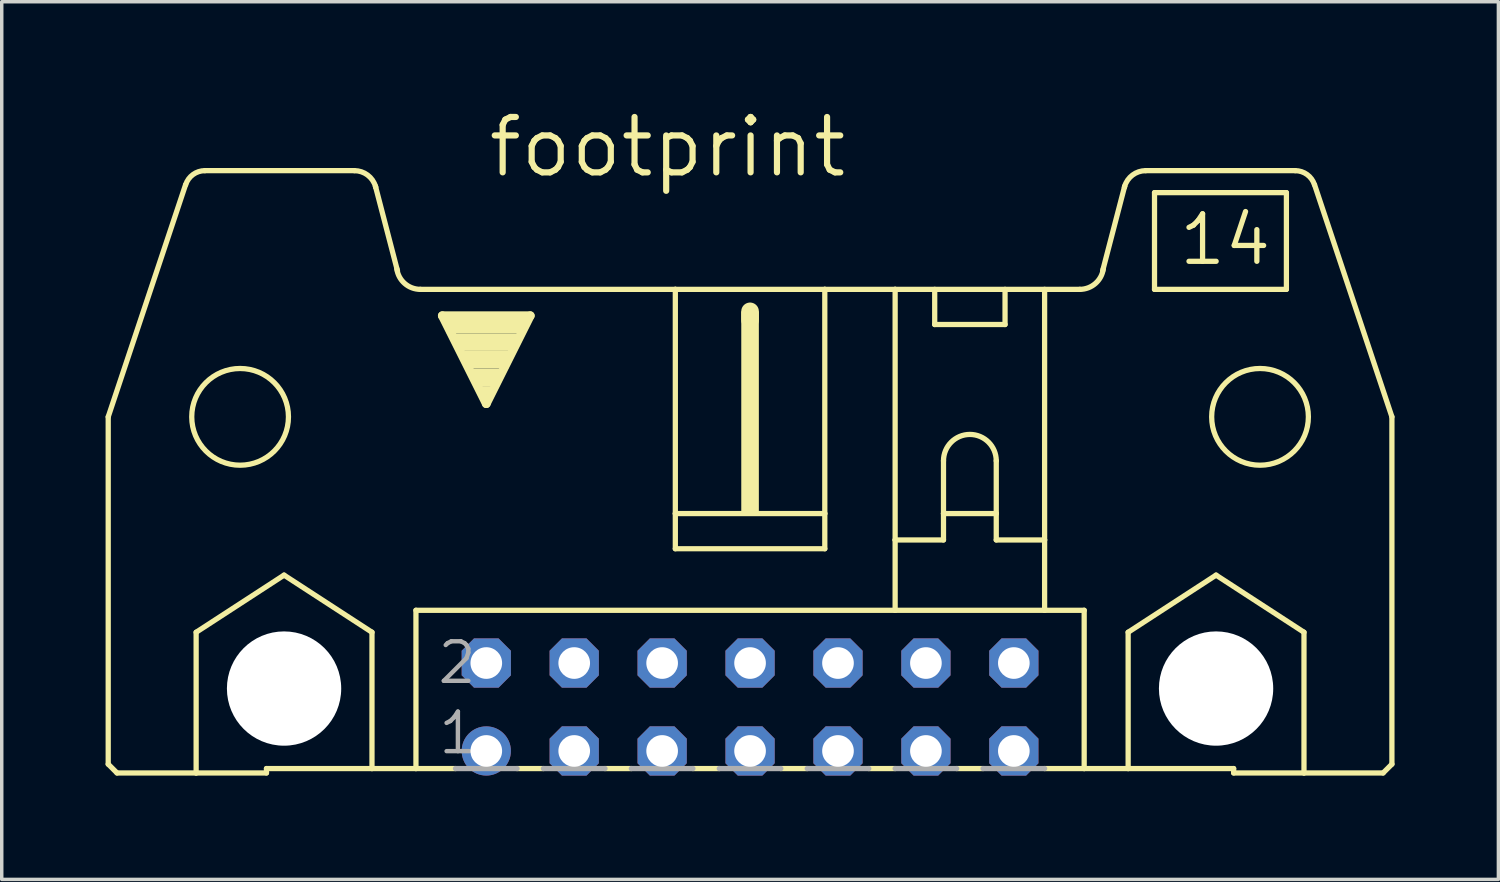
<source format=kicad_pcb>
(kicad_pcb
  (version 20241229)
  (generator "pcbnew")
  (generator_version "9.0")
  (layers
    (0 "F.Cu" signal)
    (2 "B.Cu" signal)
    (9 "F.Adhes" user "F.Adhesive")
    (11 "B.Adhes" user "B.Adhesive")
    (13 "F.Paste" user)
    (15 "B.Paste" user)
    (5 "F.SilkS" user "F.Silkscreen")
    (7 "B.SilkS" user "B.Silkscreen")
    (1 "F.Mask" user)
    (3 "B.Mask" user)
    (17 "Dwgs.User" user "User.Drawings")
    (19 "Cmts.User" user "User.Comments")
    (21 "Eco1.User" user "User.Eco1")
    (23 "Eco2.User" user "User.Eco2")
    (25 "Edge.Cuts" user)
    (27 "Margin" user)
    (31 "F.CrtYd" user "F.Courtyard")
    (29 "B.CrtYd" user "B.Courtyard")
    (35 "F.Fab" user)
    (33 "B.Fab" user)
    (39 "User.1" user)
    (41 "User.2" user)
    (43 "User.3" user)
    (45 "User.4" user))
  (footprint "footprint"
    (layer "F.Cu")
    (at 18.618 17.374)
    (property "Reference" "footprint" (at -7.645 -15.24 0) (layer "F.SilkS") (effects (font (size 1.6 1.6) (thickness 0.178)) (justify left bottom)))
    (fp_line (start -18.542 1.651) (end -18.542 -8.382) (stroke (width 0.152) (type solid)) (layer "F.SilkS"))
    (fp_line (start -18.542 1.651) (end -18.288 1.905) (stroke (width 0.152) (type solid)) (layer "F.SilkS"))
    (fp_line (start -18.288 1.905) (end -16.002 1.905) (stroke (width 0.152) (type solid)) (layer "F.SilkS"))
    (fp_line (start -16.307 -15.088) (end -18.542 -8.382) (stroke (width 0.152) (type solid)) (layer "F.SilkS"))
    (fp_line (start -16.002 -2.159) (end -13.462 -3.81) (stroke (width 0.152) (type solid)) (layer "F.SilkS"))
    (fp_line (start -16.002 1.905) (end -16.002 -2.159) (stroke (width 0.152) (type solid)) (layer "F.SilkS"))
    (fp_line (start -16.002 1.905) (end -13.97 1.905) (stroke (width 0.152) (type solid)) (layer "F.SilkS"))
    (fp_line (start -13.97 1.778) (end -13.97 1.905) (stroke (width 0.152) (type solid)) (layer "F.SilkS"))
    (fp_line (start -13.97 1.778) (end -10.922 1.778) (stroke (width 0.152) (type solid)) (layer "F.SilkS"))
    (fp_line (start -13.462 -3.81) (end -10.922 -2.159) (stroke (width 0.152) (type solid)) (layer "F.SilkS"))
    (fp_line (start -11.43 -15.494) (end -15.748 -15.494) (stroke (width 0.152) (type solid)) (layer "F.SilkS"))
    (fp_line (start -10.922 1.778) (end -10.922 -2.159) (stroke (width 0.152) (type solid)) (layer "F.SilkS"))
    (fp_line (start -10.922 1.778) (end -9.652 1.778) (stroke (width 0.152) (type solid)) (layer "F.SilkS"))
    (fp_line (start -10.185 -12.598) (end -10.82 -15.037) (stroke (width 0.152) (type solid)) (layer "F.SilkS"))
    (fp_line (start -9.652 -2.794) (end -9.652 1.778) (stroke (width 0.152) (type solid)) (layer "F.SilkS"))
    (fp_line (start -9.652 1.778) (end -8.509 1.778) (stroke (width 0.152) (type solid)) (layer "F.SilkS"))
    (fp_line (start -9.525 -12.065) (end -2.159 -12.065) (stroke (width 0.152) (type solid)) (layer "F.SilkS"))
    (fp_line (start -8.89 -11.303) (end -6.35 -11.303) (stroke (width 0.254) (type solid)) (layer "F.SilkS"))
    (fp_line (start -7.62 -8.763) (end -8.89 -11.303) (stroke (width 0.254) (type solid)) (layer "F.SilkS"))
    (fp_line (start -6.731 1.778) (end -5.969 1.778) (stroke (width 0.152) (type solid)) (layer "F.SilkS"))
    (fp_line (start -6.35 -11.303) (end -7.62 -8.763) (stroke (width 0.254) (type solid)) (layer "F.SilkS"))
    (fp_line (start -4.191 1.778) (end -3.429 1.778) (stroke (width 0.152) (type solid)) (layer "F.SilkS"))
    (fp_line (start -2.159 -12.065) (end -2.159 -5.588) (stroke (width 0.152) (type solid)) (layer "F.SilkS"))
    (fp_line (start -2.159 -12.065) (end 2.159 -12.065) (stroke (width 0.152) (type solid)) (layer "F.SilkS"))
    (fp_line (start -2.159 -5.588) (end -2.159 -4.572) (stroke (width 0.152) (type solid)) (layer "F.SilkS"))
    (fp_line (start -1.651 1.778) (end -0.889 1.778) (stroke (width 0.152) (type solid)) (layer "F.SilkS"))
    (fp_line (start 0 -11.176) (end 0 -11.43) (stroke (width 0.508) (type solid)) (layer "F.SilkS"))
    (fp_line (start 0.889 1.778) (end 1.651 1.778) (stroke (width 0.152) (type solid)) (layer "F.SilkS"))
    (fp_line (start 2.159 -12.065) (end 2.159 -5.588) (stroke (width 0.152) (type solid)) (layer "F.SilkS"))
    (fp_line (start 2.159 -12.065) (end 4.191 -12.065) (stroke (width 0.152) (type solid)) (layer "F.SilkS"))
    (fp_line (start 2.159 -5.588) (end -2.159 -5.588) (stroke (width 0.152) (type solid)) (layer "F.SilkS"))
    (fp_line (start 2.159 -5.588) (end 2.159 -4.572) (stroke (width 0.152) (type solid)) (layer "F.SilkS"))
    (fp_line (start 2.159 -4.572) (end -2.159 -4.572) (stroke (width 0.152) (type solid)) (layer "F.SilkS"))
    (fp_line (start 3.429 1.778) (end 4.191 1.778) (stroke (width 0.152) (type solid)) (layer "F.SilkS"))
    (fp_line (start 4.191 -12.065) (end 9.525 -12.065) (stroke (width 0.152) (type solid)) (layer "F.SilkS"))
    (fp_line (start 4.191 -4.826) (end 4.191 -12.065) (stroke (width 0.152) (type solid)) (layer "F.SilkS"))
    (fp_line (start 4.191 -4.826) (end 4.191 -2.794) (stroke (width 0.152) (type solid)) (layer "F.SilkS"))
    (fp_line (start 4.191 -4.826) (end 5.588 -4.826) (stroke (width 0.152) (type solid)) (layer "F.SilkS"))
    (fp_line (start 4.191 -2.794) (end -9.652 -2.794) (stroke (width 0.152) (type solid)) (layer "F.SilkS"))
    (fp_line (start 5.334 -11.049) (end 5.334 -12.065) (stroke (width 0.152) (type solid)) (layer "F.SilkS"))
    (fp_line (start 5.334 -11.049) (end 7.366 -11.049) (stroke (width 0.152) (type solid)) (layer "F.SilkS"))
    (fp_line (start 5.588 -7.112) (end 5.588 -5.588) (stroke (width 0.152) (type solid)) (layer "F.SilkS"))
    (fp_line (start 5.588 -5.588) (end 5.588 -4.826) (stroke (width 0.152) (type solid)) (layer "F.SilkS"))
    (fp_line (start 5.588 -5.588) (end 7.112 -5.588) (stroke (width 0.152) (type solid)) (layer "F.SilkS"))
    (fp_line (start 5.969 1.778) (end 6.731 1.778) (stroke (width 0.152) (type solid)) (layer "F.SilkS"))
    (fp_line (start 7.112 -7.112) (end 7.112 -5.588) (stroke (width 0.152) (type solid)) (layer "F.SilkS"))
    (fp_line (start 7.112 -5.588) (end 7.112 -4.826) (stroke (width 0.152) (type solid)) (layer "F.SilkS"))
    (fp_line (start 7.112 -4.826) (end 8.509 -4.826) (stroke (width 0.152) (type solid)) (layer "F.SilkS"))
    (fp_line (start 7.366 -12.065) (end 7.366 -11.049) (stroke (width 0.152) (type solid)) (layer "F.SilkS"))
    (fp_line (start 8.509 -4.826) (end 8.509 -12.065) (stroke (width 0.152) (type solid)) (layer "F.SilkS"))
    (fp_line (start 8.509 -4.826) (end 8.509 -2.794) (stroke (width 0.152) (type solid)) (layer "F.SilkS"))
    (fp_line (start 8.509 -2.794) (end 4.191 -2.794) (stroke (width 0.152) (type solid)) (layer "F.SilkS"))
    (fp_line (start 9.652 -2.794) (end 8.509 -2.794) (stroke (width 0.152) (type solid)) (layer "F.SilkS"))
    (fp_line (start 9.652 -2.794) (end 9.652 1.778) (stroke (width 0.152) (type solid)) (layer "F.SilkS"))
    (fp_line (start 9.652 1.778) (end 8.509 1.778) (stroke (width 0.152) (type solid)) (layer "F.SilkS"))
    (fp_line (start 10.185 -12.598) (end 10.82 -15.037) (stroke (width 0.152) (type solid)) (layer "F.SilkS"))
    (fp_line (start 10.922 -2.159) (end 13.462 -3.81) (stroke (width 0.152) (type solid)) (layer "F.SilkS"))
    (fp_line (start 10.922 1.778) (end 9.652 1.778) (stroke (width 0.152) (type solid)) (layer "F.SilkS"))
    (fp_line (start 10.922 1.778) (end 10.922 -2.159) (stroke (width 0.152) (type solid)) (layer "F.SilkS"))
    (fp_line (start 11.43 -15.494) (end 15.748 -15.494) (stroke (width 0.152) (type solid)) (layer "F.SilkS"))
    (fp_line (start 11.684 -14.859) (end 11.684 -12.065) (stroke (width 0.152) (type solid)) (layer "F.SilkS"))
    (fp_line (start 11.684 -12.065) (end 15.494 -12.065) (stroke (width 0.152) (type solid)) (layer "F.SilkS"))
    (fp_line (start 13.462 -3.81) (end 16.002 -2.159) (stroke (width 0.152) (type solid)) (layer "F.SilkS"))
    (fp_line (start 13.97 1.778) (end 10.922 1.778) (stroke (width 0.152) (type solid)) (layer "F.SilkS"))
    (fp_line (start 13.97 1.778) (end 13.97 1.905) (stroke (width 0.152) (type solid)) (layer "F.SilkS"))
    (fp_line (start 15.494 -14.859) (end 11.684 -14.859) (stroke (width 0.152) (type solid)) (layer "F.SilkS"))
    (fp_line (start 15.494 -14.859) (end 15.494 -12.065) (stroke (width 0.152) (type solid)) (layer "F.SilkS"))
    (fp_line (start 16.002 1.905) (end 13.97 1.905) (stroke (width 0.152) (type solid)) (layer "F.SilkS"))
    (fp_line (start 16.002 1.905) (end 16.002 -2.159) (stroke (width 0.152) (type solid)) (layer "F.SilkS"))
    (fp_line (start 16.307 -15.088) (end 18.542 -8.382) (stroke (width 0.152) (type solid)) (layer "F.SilkS"))
    (fp_line (start 18.288 1.905) (end 16.002 1.905) (stroke (width 0.152) (type solid)) (layer "F.SilkS"))
    (fp_line (start 18.542 1.651) (end 18.288 1.905) (stroke (width 0.152) (type solid)) (layer "F.SilkS"))
    (fp_line (start 18.542 1.651) (end 18.542 -8.382) (stroke (width 0.152) (type solid)) (layer "F.SilkS"))
    (fp_arc (start -16.3044 -15.0878) (mid -16.092453 -15.38168) (end -15.747999 -15.494101) (stroke (width 0.1524) (type solid)) (layer "F.SilkS"))
    (fp_arc (start -11.43 -15.494) (mid -11.048999 -15.367) (end -10.820399 -15.036799) (stroke (width 0.1524) (type solid)) (layer "F.SilkS"))
    (fp_arc (start -10.8204 -15.0368) (mid -10.817084 -15.024931) (end -10.814 -15.013) (stroke (width 0.1524) (type solid)) (layer "F.SilkS"))
    (fp_arc (start -9.524999 -12.064999) (mid -9.976774 -12.234823) (end -10.2048 -12.6602) (stroke (width 0.1524) (type solid)) (layer "F.SilkS"))
    (fp_arc (start 5.588 -7.112) (mid 6.35 -7.874) (end 7.112 -7.112) (stroke (width 0.1524) (type solid)) (layer "F.SilkS"))
    (fp_arc (start 10.204799 -12.660201) (mid 9.976774 -12.234825) (end 9.525 -12.065) (stroke (width 0.1524) (type solid)) (layer "F.SilkS"))
    (fp_arc (start 10.814 -15.013) (mid 10.817084 -15.024931) (end 10.8204 -15.0368) (stroke (width 0.1524) (type solid)) (layer "F.SilkS"))
    (fp_arc (start 10.8204 -15.0368) (mid 11.049001 -15.367) (end 11.430001 -15.493999) (stroke (width 0.1524) (type solid)) (layer "F.SilkS"))
    (fp_arc (start 15.748 -15.494) (mid 16.092385 -15.381609) (end 16.3043 -15.087799) (stroke (width 0.1524) (type solid)) (layer "F.SilkS"))
    (fp_circle (center -14.732 -8.382) (end -13.335 -8.382) (stroke (width 0.152) (type solid)) (fill no) (layer "F.SilkS"))
    (fp_circle (center -13.462 -0.533) (end -12.141 -0.533) (stroke (width 0.152) (type solid)) (fill no) (layer "F.SilkS"))
    (fp_circle (center 13.462 -0.533) (end 14.783 -0.533) (stroke (width 0.152) (type solid)) (fill no) (layer "F.SilkS"))
    (fp_circle (center 14.732 -8.382) (end 16.129 -8.382) (stroke (width 0.152) (type solid)) (fill no) (layer "F.SilkS"))
    (fp_poly (pts (xy -8.763 -10.795) (xy -6.477 -10.795) (xy -6.477 -11.303) (xy -8.763 -11.303)) (stroke (width 0) (type solid)) (fill yes) (layer "F.SilkS"))
    (fp_poly (pts (xy -8.509 -10.287) (xy -6.731 -10.287) (xy -6.731 -10.795) (xy -8.509 -10.795)) (stroke (width 0) (type solid)) (fill yes) (layer "F.SilkS"))
    (fp_poly (pts (xy -8.255 -9.779) (xy -6.985 -9.779) (xy -6.985 -10.287) (xy -8.255 -10.287)) (stroke (width 0) (type solid)) (fill yes) (layer "F.SilkS"))
    (fp_poly (pts (xy -8.001 -9.271) (xy -7.239 -9.271) (xy -7.239 -9.779) (xy -8.001 -9.779)) (stroke (width 0) (type solid)) (fill yes) (layer "F.SilkS"))
    (fp_poly (pts (xy -7.747 -9.017) (xy -7.493 -9.017) (xy -7.493 -9.271) (xy -7.747 -9.271)) (stroke (width 0) (type solid)) (fill yes) (layer "F.SilkS"))
    (fp_poly (pts (xy -0.254 -5.588) (xy 0.254 -5.588) (xy 0.254 -11.43) (xy -0.254 -11.43)) (stroke (width 0) (type solid)) (fill yes) (layer "F.SilkS"))
    (fp_line (start -8.509 1.778) (end -6.731 1.778) (stroke (width 0.152) (type solid)) (layer "F.Fab"))
    (fp_line (start -5.969 1.778) (end -4.191 1.778) (stroke (width 0.152) (type solid)) (layer "F.Fab"))
    (fp_line (start -3.429 1.778) (end -1.651 1.778) (stroke (width 0.152) (type solid)) (layer "F.Fab"))
    (fp_line (start -0.889 1.778) (end 0.889 1.778) (stroke (width 0.152) (type solid)) (layer "F.Fab"))
    (fp_line (start 3.429 1.778) (end 1.651 1.778) (stroke (width 0.152) (type solid)) (layer "F.Fab"))
    (fp_line (start 5.969 1.778) (end 4.191 1.778) (stroke (width 0.152) (type solid)) (layer "F.Fab"))
    (fp_line (start 8.509 1.778) (end 6.731 1.778) (stroke (width 0.152) (type solid)) (layer "F.Fab"))
    (fp_text user "14" (at 12.319 -12.7 0) (layer "F.SilkS") (effects (font (size 1.372 1.372) (thickness 0.152)) (justify left bottom)))
    (fp_text user "1" (at -9.068 1.422 0) (layer "F.Fab") (effects (font (size 1.143 1.143) (thickness 0.127)) (justify left bottom)))
    (fp_text user "2" (at -9.093 -0.61 0) (layer "F.Fab") (effects (font (size 1.143 1.143) (thickness 0.127)) (justify left bottom)))
    (pad "" np_thru_hole circle (at -13.462 -0.533) (size 3.302 3.302) (drill 3.302) (layers "*.Cu" "*.Mask"))
    (pad "" np_thru_hole circle (at 13.462 -0.533) (size 3.302 3.302) (drill 3.302) (layers "*.Cu" "*.Mask"))
    (pad "1" thru_hole circle (at -7.62 1.27) (size 1.422 1.422) (drill 0.914) (layers "*.Cu" "*.Mask"))
    (pad "2" thru_hole roundrect (at -7.62 -1.27) (size 1.422 1.422) (drill 0.914) (layers "*.Cu" "*.Mask") (roundrect_rratio 0.25) (chamfer_ratio 0.25) (chamfer top_left top_right bottom_left bottom_right))
    (pad "3" thru_hole roundrect (at -5.08 1.27) (size 1.422 1.422) (drill 0.914) (layers "*.Cu" "*.Mask") (roundrect_rratio 0.25) (chamfer_ratio 0.25) (chamfer top_left top_right bottom_left bottom_right))
    (pad "4" thru_hole roundrect (at -5.08 -1.27) (size 1.422 1.422) (drill 0.914) (layers "*.Cu" "*.Mask") (roundrect_rratio 0.25) (chamfer_ratio 0.25) (chamfer top_left top_right bottom_left bottom_right))
    (pad "5" thru_hole roundrect (at -2.54 1.27) (size 1.422 1.422) (drill 0.914) (layers "*.Cu" "*.Mask") (roundrect_rratio 0.25) (chamfer_ratio 0.25) (chamfer top_left top_right bottom_left bottom_right))
    (pad "6" thru_hole roundrect (at -2.54 -1.27) (size 1.422 1.422) (drill 0.914) (layers "*.Cu" "*.Mask") (roundrect_rratio 0.25) (chamfer_ratio 0.25) (chamfer top_left top_right bottom_left bottom_right))
    (pad "7" thru_hole roundrect (at 0 1.27) (size 1.422 1.422) (drill 0.914) (layers "*.Cu" "*.Mask") (roundrect_rratio 0.25) (chamfer_ratio 0.25) (chamfer top_left top_right bottom_left bottom_right))
    (pad "8" thru_hole roundrect (at 0 -1.27) (size 1.422 1.422) (drill 0.914) (layers "*.Cu" "*.Mask") (roundrect_rratio 0.25) (chamfer_ratio 0.25) (chamfer top_left top_right bottom_left bottom_right))
    (pad "9" thru_hole roundrect (at 2.54 1.27) (size 1.422 1.422) (drill 0.914) (layers "*.Cu" "*.Mask") (roundrect_rratio 0.25) (chamfer_ratio 0.25) (chamfer top_left top_right bottom_left bottom_right))
    (pad "10" thru_hole roundrect (at 2.54 -1.27) (size 1.422 1.422) (drill 0.914) (layers "*.Cu" "*.Mask") (roundrect_rratio 0.25) (chamfer_ratio 0.25) (chamfer top_left top_right bottom_left bottom_right))
    (pad "11" thru_hole roundrect (at 5.08 1.27) (size 1.422 1.422) (drill 0.914) (layers "*.Cu" "*.Mask") (roundrect_rratio 0.25) (chamfer_ratio 0.25) (chamfer top_left top_right bottom_left bottom_right))
    (pad "12" thru_hole roundrect (at 5.08 -1.27) (size 1.422 1.422) (drill 0.914) (layers "*.Cu" "*.Mask") (roundrect_rratio 0.25) (chamfer_ratio 0.25) (chamfer top_left top_right bottom_left bottom_right))
    (pad "13" thru_hole roundrect (at 7.62 1.27) (size 1.422 1.422) (drill 0.914) (layers "*.Cu" "*.Mask") (roundrect_rratio 0.25) (chamfer_ratio 0.25) (chamfer top_left top_right bottom_left bottom_right))
    (pad "14" thru_hole roundrect (at 7.62 -1.27) (size 1.422 1.422) (drill 0.914) (layers "*.Cu" "*.Mask") (roundrect_rratio 0.25) (chamfer_ratio 0.25) (chamfer top_left top_right bottom_left bottom_right))
    (zone (net_name "") (layers "F.Cu" "B.Cu") (hatch edge 0.508) (connect_pads) (min_thickness 0.254) (filled_areas_thickness no) (keepout (tracks allowed) (vias not_allowed) (pads allowed) (copperpour allowed) (footprints allowed)) (placement (enabled no)) (fill) (polygon (pts (xy 7.442 16.84) (xy 7.407 16.443) (xy 7.304 16.058) (xy 7.136 15.697) (xy 6.907 15.371) (xy 6.626 15.089) (xy 6.299 14.86) (xy 5.938 14.692) (xy 5.553 14.589) (xy 5.156 14.554) (xy 4.759 14.589) (xy 4.374 14.692) (xy 4.013 14.86) (xy 3.687 15.089) (xy 3.405 15.371) (xy 3.176 15.697) (xy 3.008 16.058) (xy 2.905 16.443) (xy 2.87 16.84) (xy 2.905 17.237) (xy 3.008 17.622) (xy 3.176 17.983) (xy 3.405 18.31) (xy 3.687 18.591) (xy 4.013 18.82) (xy 4.374 18.988) (xy 4.759 19.091) (xy 5.156 19.126) (xy 5.553 19.091) (xy 5.938 18.988) (xy 6.299 18.82) (xy 6.626 18.591) (xy 6.907 18.31) (xy 7.136 17.983) (xy 7.304 17.622) (xy 7.407 17.237))))
    (zone (net_name "") (layers "F.Cu" "B.Cu") (hatch edge 0.508) (connect_pads) (min_thickness 0.254) (filled_areas_thickness no) (keepout (tracks allowed) (vias not_allowed) (pads allowed) (copperpour allowed) (footprints allowed)) (placement (enabled no)) (fill) (polygon (pts (xy 34.366 16.84) (xy 34.331 16.443) (xy 34.228 16.058) (xy 34.06 15.697) (xy 33.831 15.371) (xy 33.55 15.089) (xy 33.223 14.86) (xy 32.862 14.692) (xy 32.477 14.589) (xy 32.08 14.554) (xy 31.683 14.589) (xy 31.298 14.692) (xy 30.937 14.86) (xy 30.611 15.089) (xy 30.329 15.371) (xy 30.1 15.697) (xy 29.932 16.058) (xy 29.829 16.443) (xy 29.794 16.84) (xy 29.829 17.237) (xy 29.932 17.622) (xy 30.1 17.983) (xy 30.329 18.31) (xy 30.611 18.591) (xy 30.937 18.82) (xy 31.298 18.988) (xy 31.683 19.091) (xy 32.08 19.126) (xy 32.477 19.091) (xy 32.862 18.988) (xy 33.223 18.82) (xy 33.55 18.591) (xy 33.831 18.31) (xy 34.06 17.983) (xy 34.228 17.622) (xy 34.331 17.237))))
    (zone (net_name "") (layer "B.Cu") (hatch edge 0.508) (connect_pads) (min_thickness 0.254) (filled_areas_thickness no) (keepout (tracks not_allowed) (vias not_allowed) (pads not_allowed) (copperpour not_allowed) (footprints allowed)) (placement (enabled no)) (fill) (polygon (pts (xy 7.442 16.84) (xy 7.407 16.443) (xy 7.304 16.058) (xy 7.136 15.697) (xy 6.907 15.371) (xy 6.626 15.089) (xy 6.299 14.86) (xy 5.938 14.692) (xy 5.553 14.589) (xy 5.156 14.554) (xy 4.759 14.589) (xy 4.374 14.692) (xy 4.013 14.86) (xy 3.687 15.089) (xy 3.405 15.371) (xy 3.176 15.697) (xy 3.008 16.058) (xy 2.905 16.443) (xy 2.87 16.84) (xy 2.905 17.237) (xy 3.008 17.622) (xy 3.176 17.983) (xy 3.405 18.31) (xy 3.687 18.591) (xy 4.013 18.82) (xy 4.374 18.988) (xy 4.759 19.091) (xy 5.156 19.126) (xy 5.553 19.091) (xy 5.938 18.988) (xy 6.299 18.82) (xy 6.626 18.591) (xy 6.907 18.31) (xy 7.136 17.983) (xy 7.304 17.622) (xy 7.407 17.237))))
    (zone (net_name "") (layer "B.Cu") (hatch edge 0.508) (connect_pads) (min_thickness 0.254) (filled_areas_thickness no) (keepout (tracks not_allowed) (vias not_allowed) (pads not_allowed) (copperpour not_allowed) (footprints allowed)) (placement (enabled no)) (fill) (polygon (pts (xy 34.366 16.84) (xy 34.331 16.443) (xy 34.228 16.058) (xy 34.06 15.697) (xy 33.831 15.371) (xy 33.55 15.089) (xy 33.223 14.86) (xy 32.862 14.692) (xy 32.477 14.589) (xy 32.08 14.554) (xy 31.683 14.589) (xy 31.298 14.692) (xy 30.937 14.86) (xy 30.611 15.089) (xy 30.329 15.371) (xy 30.1 15.697) (xy 29.932 16.058) (xy 29.829 16.443) (xy 29.794 16.84) (xy 29.829 17.237) (xy 29.932 17.622) (xy 30.1 17.983) (xy 30.329 18.31) (xy 30.611 18.591) (xy 30.937 18.82) (xy 31.298 18.988) (xy 31.683 19.091) (xy 32.08 19.126) (xy 32.477 19.091) (xy 32.862 18.988) (xy 33.223 18.82) (xy 33.55 18.591) (xy 33.831 18.31) (xy 34.06 17.983) (xy 34.228 17.622) (xy 34.331 17.237)))))
  (gr_rect
    (start -3 -3)
    (end 40.236 22.355)
    (stroke (width 0.1) (type default))
    (fill no)
    (layer "Edge.Cuts")))
</source>
